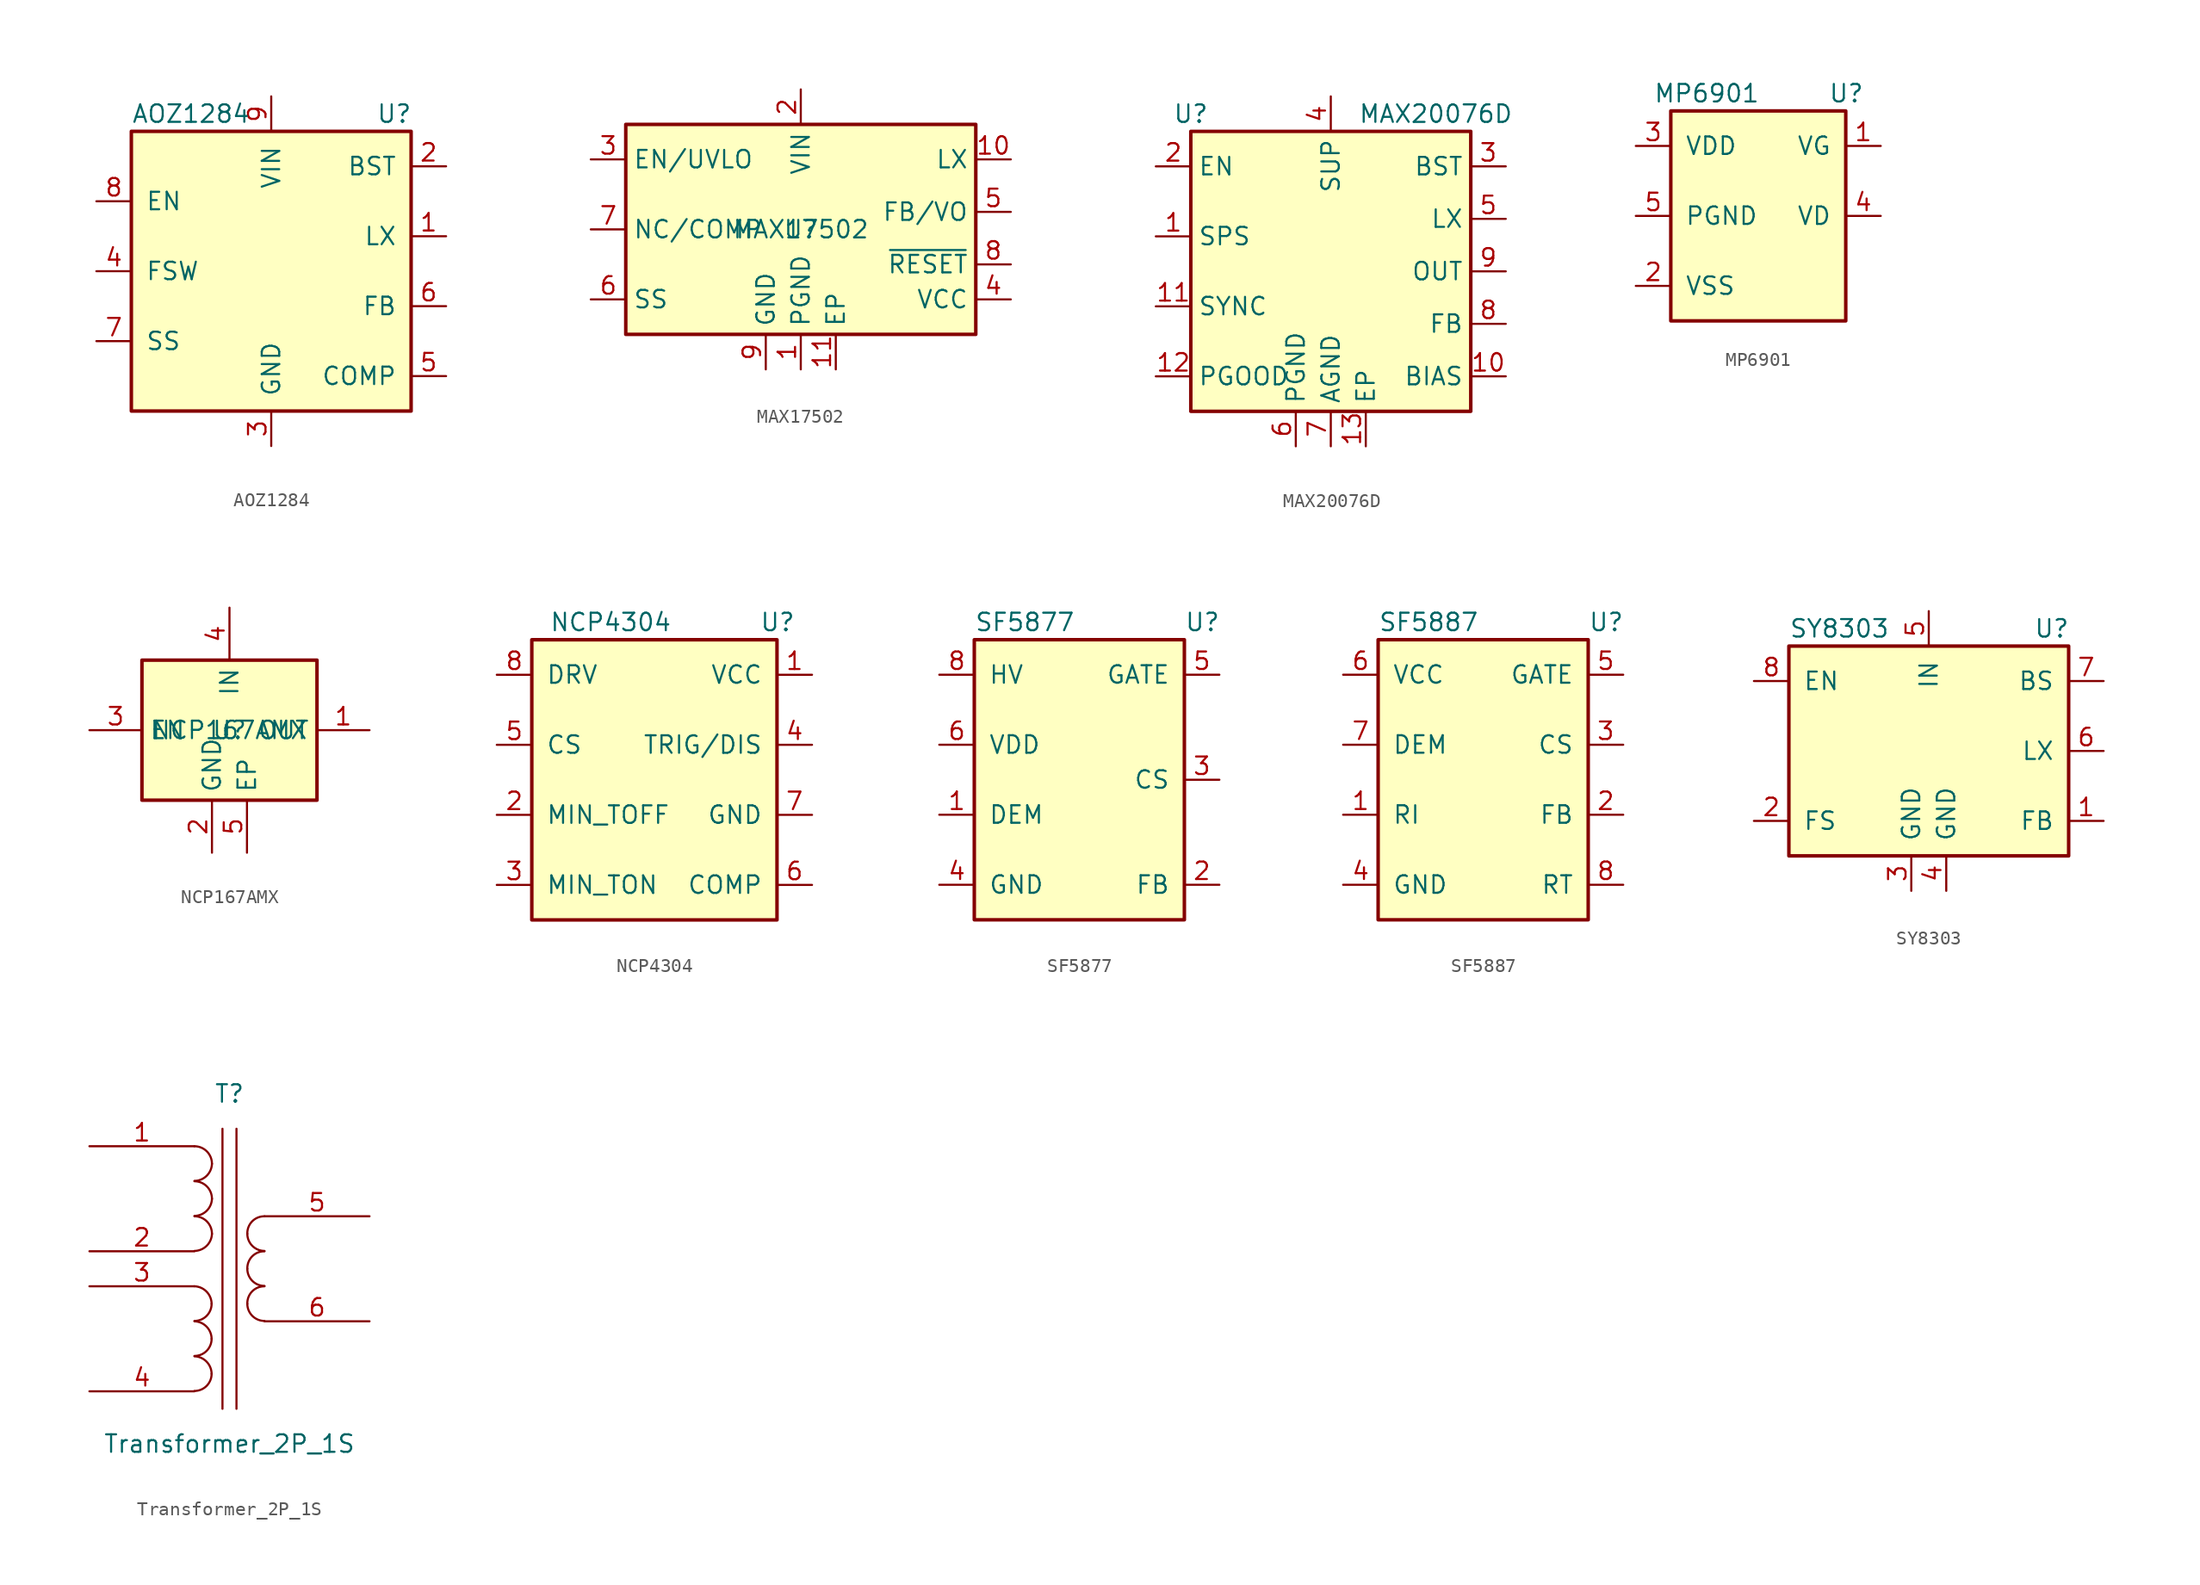
<source format=kicad_sym>
(kicad_symbol_lib
  (version 20211014)
  (generator kicad_symbol_editor)
  (symbol "AOZ1284"
    (pin_names
      (offset 1.016))
    (property "Reference" "U"
      (at 7.62 11.43 0)
      (effects (font (size 1.27 1.27)) (justify left)))
    (property "Value" "AOZ1284"
      (at -10.16 11.43 0)
      (effects (font (size 1.27 1.27)) (justify left)))
    (symbol "AOZ1284_0_1"
      (rectangle (start -10.16 10.16) (end 10.16 -10.16) (stroke (width 0.254) (type default) (color 0 0 0 0)) (fill (type background))))
    (symbol "AOZ1284_1_1"
      (pin output line (at 12.7 2.54 180) (length 2.54) (name "LX" (effects (font (size 1.27 1.27)))) (number "1" (effects (font (size 1.27 1.27)))))
      (pin input line (at 12.7 7.62 180) (length 2.54) (name "BST" (effects (font (size 1.27 1.27)))) (number "2" (effects (font (size 1.27 1.27)))))
      (pin power_in line (at 0 -12.7 90) (length 2.54) (name "GND" (effects (font (size 1.27 1.27)))) (number "3" (effects (font (size 1.27 1.27)))))
      (pin input line (at -12.7 0 0) (length 2.54) (name "FSW" (effects (font (size 1.27 1.27)))) (number "4" (effects (font (size 1.27 1.27)))))
      (pin input line (at 12.7 -7.62 180) (length 2.54) (name "COMP" (effects (font (size 1.27 1.27)))) (number "5" (effects (font (size 1.27 1.27)))))
      (pin input line (at 12.7 -2.54 180) (length 2.54) (name "FB" (effects (font (size 1.27 1.27)))) (number "6" (effects (font (size 1.27 1.27)))))
      (pin input line (at -12.7 -5.08 0) (length 2.54) (name "SS" (effects (font (size 1.27 1.27)))) (number "7" (effects (font (size 1.27 1.27)))))
      (pin input line (at -12.7 5.08 0) (length 2.54) (name "EN" (effects (font (size 1.27 1.27)))) (number "8" (effects (font (size 1.27 1.27)))))
      (pin power_in line (at 0 12.7 270) (length 2.54) (name "VIN" (effects (font (size 1.27 1.27)))) (number "9" (effects (font (size 1.27 1.27)))))))
  (symbol "MAX17502"
    (property "Reference" "U"
      (at 0 0 0)
      (effects (font (size 1.27 1.27))))
    (property "Value" "MAX17502"
      (at 0 0 0)
      (effects (font (size 1.27 1.27))))
    (symbol "MAX17502_0_1"
      (rectangle (start -12.7 7.62) (end 12.7 -7.62) (stroke (width 0.254) (type default) (color 0 0 0 0)) (fill (type background))))
    (symbol "MAX17502_1_1"
      (pin power_in line (at 0 -10.16 90) (length 2.54) (name "PGND" (effects (font (size 1.27 1.27)))) (number "1" (effects (font (size 1.27 1.27)))))
      (pin power_out line (at 15.24 5.08 180) (length 2.54) (name "LX" (effects (font (size 1.27 1.27)))) (number "10" (effects (font (size 1.27 1.27)))))
      (pin power_in line (at 2.54 -10.16 90) (length 2.54) (name "EP" (effects (font (size 1.27 1.27)))) (number "11" (effects (font (size 1.27 1.27)))))
      (pin power_in line (at 0 10.16 270) (length 2.54) (name "VIN" (effects (font (size 1.27 1.27)))) (number "2" (effects (font (size 1.27 1.27)))))
      (pin input line (at -15.24 5.08 0) (length 2.54) (name "EN/UVLO" (effects (font (size 1.27 1.27)))) (number "3" (effects (font (size 1.27 1.27)))))
      (pin power_out line (at 15.24 -5.08 180) (length 2.54) (name "VCC" (effects (font (size 1.27 1.27)))) (number "4" (effects (font (size 1.27 1.27)))))
      (pin input line (at 15.24 1.27 180) (length 2.54) (name "FB/VO" (effects (font (size 1.27 1.27)))) (number "5" (effects (font (size 1.27 1.27)))))
      (pin passive line (at -15.24 -5.08 0) (length 2.54) (name "SS" (effects (font (size 1.27 1.27)))) (number "6" (effects (font (size 1.27 1.27)))))
      (pin passive line (at -15.24 0 0) (length 2.54) (name "NC/COMP" (effects (font (size 1.27 1.27)))) (number "7" (effects (font (size 1.27 1.27)))))
      (pin open_collector line (at 15.24 -2.54 180) (length 2.54) (name "~{RESET}" (effects (font (size 1.27 1.27)))) (number "8" (effects (font (size 1.27 1.27)))))
      (pin power_in line (at -2.54 -10.16 90) (length 2.54) (name "GND" (effects (font (size 1.27 1.27)))) (number "9" (effects (font (size 1.27 1.27)))))))
  (symbol "MAX20076D"
    (property "Reference" "U"
      (at -10.16 11.43 0)
      (effects (font (size 1.27 1.27))))
    (property "Value" "MAX20076D"
      (at 7.62 11.43 0)
      (effects (font (size 1.27 1.27))))
    (symbol "MAX20076D_0_1"
      (rectangle (start -10.16 10.16) (end 10.16 -10.16) (stroke (width 0.254) (type default) (color 0 0 0 0)) (fill (type background))))
    (symbol "MAX20076D_1_1"
      (pin input line (at -12.7 2.54 0) (length 2.54) (name "SPS" (effects (font (size 1.27 1.27)))) (number "1" (effects (font (size 1.27 1.27)))))
      (pin power_out line (at 12.7 -7.62 180) (length 2.54) (name "BIAS" (effects (font (size 1.27 1.27)))) (number "10" (effects (font (size 1.27 1.27)))))
      (pin input line (at -12.7 -2.54 0) (length 2.54) (name "SYNC" (effects (font (size 1.27 1.27)))) (number "11" (effects (font (size 1.27 1.27)))))
      (pin open_collector line (at -12.7 -7.62 0) (length 2.54) (name "PGOOD" (effects (font (size 1.27 1.27)))) (number "12" (effects (font (size 1.27 1.27)))))
      (pin power_in line (at 2.54 -12.7 90) (length 2.54) (name "EP" (effects (font (size 1.27 1.27)))) (number "13" (effects (font (size 1.27 1.27)))))
      (pin input line (at -12.7 7.62 0) (length 2.54) (name "EN" (effects (font (size 1.27 1.27)))) (number "2" (effects (font (size 1.27 1.27)))))
      (pin power_out line (at 12.7 7.62 180) (length 2.54) (name "BST" (effects (font (size 1.27 1.27)))) (number "3" (effects (font (size 1.27 1.27)))))
      (pin power_in line (at 0 12.7 270) (length 2.54) (name "SUP" (effects (font (size 1.27 1.27)))) (number "4" (effects (font (size 1.27 1.27)))))
      (pin power_out line (at 12.7 3.81 180) (length 2.54) (name "LX" (effects (font (size 1.27 1.27)))) (number "5" (effects (font (size 1.27 1.27)))))
      (pin power_in line (at -2.54 -12.7 90) (length 2.54) (name "PGND" (effects (font (size 1.27 1.27)))) (number "6" (effects (font (size 1.27 1.27)))))
      (pin power_in line (at 0 -12.7 90) (length 2.54) (name "AGND" (effects (font (size 1.27 1.27)))) (number "7" (effects (font (size 1.27 1.27)))))
      (pin input line (at 12.7 -3.81 180) (length 2.54) (name "FB" (effects (font (size 1.27 1.27)))) (number "8" (effects (font (size 1.27 1.27)))))
      (pin input line (at 12.7 0 180) (length 2.54) (name "OUT" (effects (font (size 1.27 1.27)))) (number "9" (effects (font (size 1.27 1.27)))))))
  (symbol "MP6901"
    (pin_names
      (offset 1.016))
    (property "Reference" "U"
      (at 5.08 8.89 0)
      (effects (font (size 1.27 1.27)) (justify left)))
    (property "Value" "MP6901"
      (at -7.62 8.89 0)
      (effects (font (size 1.27 1.27)) (justify left)))
    (symbol "MP6901_0_1"
      (rectangle (start -6.35 7.62) (end 6.35 -7.62) (stroke (width 0.254) (type default) (color 0 0 0 0)) (fill (type background))))
    (symbol "MP6901_1_1"
      (pin output line (at 8.89 5.08 180) (length 2.54) (name "VG" (effects (font (size 1.27 1.27)))) (number "1" (effects (font (size 1.27 1.27)))))
      (pin power_in line (at -8.89 -5.08 0) (length 2.54) (name "VSS" (effects (font (size 1.27 1.27)))) (number "2" (effects (font (size 1.27 1.27)))))
      (pin power_in line (at -8.89 5.08 0) (length 2.54) (name "VDD" (effects (font (size 1.27 1.27)))) (number "3" (effects (font (size 1.27 1.27)))))
      (pin input line (at 8.89 0 180) (length 2.54) (name "VD" (effects (font (size 1.27 1.27)))) (number "4" (effects (font (size 1.27 1.27)))))
      (pin input line (at -8.89 0 0) (length 2.54) (name "PGND" (effects (font (size 1.27 1.27)))) (number "5" (effects (font (size 1.27 1.27)))))))
  (symbol "NCP167AMX"
    (property "Reference" "U"
      (at 0 0 0)
      (effects (font (size 1.27 1.27))))
    (property "Value" "NCP167AMX"
      (at 0 0 0)
      (effects (font (size 1.27 1.27))))
    (symbol "NCP167AMX_0_1"
      (rectangle (start -6.35 -5.08) (end 6.35 5.08) (stroke (width 0.254) (type default) (color 0 0 0 0)) (fill (type background)))
      (pin power_out line (at 10.16 0 180) (length 3.81) (name "OUT" (effects (font (size 1.27 1.27)))) (number "1" (effects (font (size 1.27 1.27)))))
      (pin power_in line (at -1.27 -8.89 90) (length 3.81) (name "GND" (effects (font (size 1.27 1.27)))) (number "2" (effects (font (size 1.27 1.27)))))
      (pin input line (at -10.16 0 0) (length 3.81) (name "EN" (effects (font (size 1.27 1.27)))) (number "3" (effects (font (size 1.27 1.27)))))
      (pin power_in line (at 0 8.89 270) (length 3.81) (name "IN" (effects (font (size 1.27 1.27)))) (number "4" (effects (font (size 1.27 1.27)))))
      (pin passive line (at 1.27 -8.89 90) (length 3.81) (name "EP" (effects (font (size 1.27 1.27)))) (number "5" (effects (font (size 1.27 1.27)))))))
  (symbol "NCP4304"
    (pin_names
      (offset 1.016))
    (property "Reference" "U"
      (at 7.62 11.43 0)
      (effects (font (size 1.27 1.27)) (justify left)))
    (property "Value" "NCP4304"
      (at -7.62 11.43 0)
      (effects (font (size 1.27 1.27)) (justify left)))
    (symbol "NCP4304_0_1"
      (rectangle (start -8.89 10.16) (end 8.89 -10.16) (stroke (width 0.254) (type default) (color 0 0 0 0)) (fill (type background))))
    (symbol "NCP4304_1_1"
      (pin power_in line (at 11.43 7.62 180) (length 2.54) (name "VCC" (effects (font (size 1.27 1.27)))) (number "1" (effects (font (size 1.27 1.27)))))
      (pin input line (at -11.43 -2.54 0) (length 2.54) (name "MIN_TOFF" (effects (font (size 1.27 1.27)))) (number "2" (effects (font (size 1.27 1.27)))))
      (pin input line (at -11.43 -7.62 0) (length 2.54) (name "MIN_TON" (effects (font (size 1.27 1.27)))) (number "3" (effects (font (size 1.27 1.27)))))
      (pin input line (at 11.43 2.54 180) (length 2.54) (name "TRIG/DIS" (effects (font (size 1.27 1.27)))) (number "4" (effects (font (size 1.27 1.27)))))
      (pin input line (at -11.43 2.54 0) (length 2.54) (name "CS" (effects (font (size 1.27 1.27)))) (number "5" (effects (font (size 1.27 1.27)))))
      (pin input line (at 11.43 -7.62 180) (length 2.54) (name "COMP" (effects (font (size 1.27 1.27)))) (number "6" (effects (font (size 1.27 1.27)))))
      (pin power_in line (at 11.43 -2.54 180) (length 2.54) (name "GND" (effects (font (size 1.27 1.27)))) (number "7" (effects (font (size 1.27 1.27)))))
      (pin output line (at -11.43 7.62 0) (length 2.54) (name "DRV" (effects (font (size 1.27 1.27)))) (number "8" (effects (font (size 1.27 1.27)))))))
  (symbol "SF5877"
    (pin_names
      (offset 1.016))
    (property "Reference" "U"
      (at 7.62 11.43 0)
      (effects (font (size 1.27 1.27)) (justify left)))
    (property "Value" "SF5877"
      (at -7.62 11.43 0)
      (effects (font (size 1.27 1.27)) (justify left)))
    (symbol "SF5877_0_1"
      (rectangle (start -7.62 10.16) (end 7.62 -10.16) (stroke (width 0.254) (type default) (color 0 0 0 0)) (fill (type background))))
    (symbol "SF5877_1_1"
      (pin input line (at -10.16 -2.54 0) (length 2.54) (name "DEM" (effects (font (size 1.27 1.27)))) (number "1" (effects (font (size 1.27 1.27)))))
      (pin input line (at 10.16 -7.62 180) (length 2.54) (name "FB" (effects (font (size 1.27 1.27)))) (number "2" (effects (font (size 1.27 1.27)))))
      (pin input line (at 10.16 0 180) (length 2.54) (name "CS" (effects (font (size 1.27 1.27)))) (number "3" (effects (font (size 1.27 1.27)))))
      (pin power_in line (at -10.16 -7.62 0) (length 2.54) (name "GND" (effects (font (size 1.27 1.27)))) (number "4" (effects (font (size 1.27 1.27)))))
      (pin output line (at 10.16 7.62 180) (length 2.54) (name "GATE" (effects (font (size 1.27 1.27)))) (number "5" (effects (font (size 1.27 1.27)))))
      (pin power_in line (at -10.16 2.54 0) (length 2.54) (name "VDD" (effects (font (size 1.27 1.27)))) (number "6" (effects (font (size 1.27 1.27)))))
      (pin no_connect line (at 10.16 -3.81 180) (length 2.54) hide (name "NC" (effects (font (size 1.27 1.27)))) (number "7" (effects (font (size 1.27 1.27)))))
      (pin input line (at -10.16 7.62 0) (length 2.54) (name "HV" (effects (font (size 1.27 1.27)))) (number "8" (effects (font (size 1.27 1.27)))))))
  (symbol "SF5887"
    (pin_names
      (offset 1.016))
    (property "Reference" "U"
      (at 7.62 11.43 0)
      (effects (font (size 1.27 1.27)) (justify left)))
    (property "Value" "SF5887"
      (at -7.62 11.43 0)
      (effects (font (size 1.27 1.27)) (justify left)))
    (symbol "SF5887_0_1"
      (rectangle (start -7.62 10.16) (end 7.62 -10.16) (stroke (width 0.254) (type default) (color 0 0 0 0)) (fill (type background))))
    (symbol "SF5887_1_1"
      (pin input line (at -10.16 -2.54 0) (length 2.54) (name "RI" (effects (font (size 1.27 1.27)))) (number "1" (effects (font (size 1.27 1.27)))))
      (pin input line (at 10.16 -2.54 180) (length 2.54) (name "FB" (effects (font (size 1.27 1.27)))) (number "2" (effects (font (size 1.27 1.27)))))
      (pin input line (at 10.16 2.54 180) (length 2.54) (name "CS" (effects (font (size 1.27 1.27)))) (number "3" (effects (font (size 1.27 1.27)))))
      (pin power_in line (at -10.16 -7.62 0) (length 2.54) (name "GND" (effects (font (size 1.27 1.27)))) (number "4" (effects (font (size 1.27 1.27)))))
      (pin output line (at 10.16 7.62 180) (length 2.54) (name "GATE" (effects (font (size 1.27 1.27)))) (number "5" (effects (font (size 1.27 1.27)))))
      (pin power_in line (at -10.16 7.62 0) (length 2.54) (name "VCC" (effects (font (size 1.27 1.27)))) (number "6" (effects (font (size 1.27 1.27)))))
      (pin input line (at -10.16 2.54 0) (length 2.54) (name "DEM" (effects (font (size 1.27 1.27)))) (number "7" (effects (font (size 1.27 1.27)))))
      (pin input line (at 10.16 -7.62 180) (length 2.54) (name "RT" (effects (font (size 1.27 1.27)))) (number "8" (effects (font (size 1.27 1.27)))))))
  (symbol "SY8303"
    (pin_names
      (offset 1.016))
    (property "Reference" "U"
      (at 7.62 8.89 0)
      (effects (font (size 1.27 1.27)) (justify left)))
    (property "Value" "SY8303"
      (at -10.16 8.89 0)
      (effects (font (size 1.27 1.27)) (justify left)))
    (symbol "SY8303_0_1"
      (rectangle (start -10.16 7.62) (end 10.16 -7.62) (stroke (width 0.254) (type default) (color 0 0 0 0)) (fill (type background))))
    (symbol "SY8303_1_1"
      (pin input line (at 12.7 -5.08 180) (length 2.54) (name "FB" (effects (font (size 1.27 1.27)))) (number "1" (effects (font (size 1.27 1.27)))))
      (pin input line (at -12.7 -5.08 0) (length 2.54) (name "FS" (effects (font (size 1.27 1.27)))) (number "2" (effects (font (size 1.27 1.27)))))
      (pin power_in line (at -1.27 -10.16 90) (length 2.54) (name "GND" (effects (font (size 1.27 1.27)))) (number "3" (effects (font (size 1.27 1.27)))))
      (pin power_in line (at 1.27 -10.16 90) (length 2.54) (name "GND" (effects (font (size 1.27 1.27)))) (number "4" (effects (font (size 1.27 1.27)))))
      (pin power_in line (at 0 10.16 270) (length 2.54) (name "IN" (effects (font (size 1.27 1.27)))) (number "5" (effects (font (size 1.27 1.27)))))
      (pin output line (at 12.7 0 180) (length 2.54) (name "LX" (effects (font (size 1.27 1.27)))) (number "6" (effects (font (size 1.27 1.27)))))
      (pin input line (at 12.7 5.08 180) (length 2.54) (name "BS" (effects (font (size 1.27 1.27)))) (number "7" (effects (font (size 1.27 1.27)))))
      (pin input line (at -12.7 5.08 0) (length 2.54) (name "EN" (effects (font (size 1.27 1.27)))) (number "8" (effects (font (size 1.27 1.27)))))))
  (symbol "Transformer_2P_1S"
    (pin_names
      (offset 1.016) hide)
    (property "Reference" "T"
      (at 0 12.7 0)
      (effects (font (size 1.27 1.27))))
    (property "Value" "Transformer_2P_1S"
      (at 0 -12.7 0)
      (effects (font (size 1.27 1.27))))
    (symbol "Transformer_2P_1S_0_1"
      (arc (start -2.54 -8.8646) (mid -1.6599 -8.5001) (end -1.2954 -7.62) (stroke (width 0) (type default) (color 0 0 0 0)) (fill (type none)))
      (arc (start -2.54 -6.3246) (mid -1.6599 -5.9601) (end -1.2954 -5.08) (stroke (width 0) (type default) (color 0 0 0 0)) (fill (type none)))
      (arc (start -2.54 -3.7846) (mid -1.6599 -3.4201) (end -1.2954 -2.54) (stroke (width 0) (type default) (color 0 0 0 0)) (fill (type none)))
      (arc (start -2.54 1.2954) (mid -1.6599 1.6599) (end -1.27 2.54) (stroke (width 0) (type default) (color 0 0 0 0)) (fill (type none)))
      (arc (start -2.54 3.8354) (mid -1.6599 4.1999) (end -1.27 5.08) (stroke (width 0) (type default) (color 0 0 0 0)) (fill (type none)))
      (arc (start -2.54 6.3754) (mid -1.6599 6.7399) (end -1.27 7.62) (stroke (width 0) (type default) (color 0 0 0 0)) (fill (type none)))
      (arc (start -1.2954 -7.62) (mid -1.6599 -6.7399) (end -2.54 -6.35) (stroke (width 0) (type default) (color 0 0 0 0)) (fill (type none)))
      (arc (start -1.2954 -5.08) (mid -1.6599 -4.1999) (end -2.54 -3.81) (stroke (width 0) (type default) (color 0 0 0 0)) (fill (type none)))
      (arc (start -1.2954 -2.54) (mid -1.6599 -1.6599) (end -2.54 -1.27) (stroke (width 0) (type default) (color 0 0 0 0)) (fill (type none)))
      (arc (start -1.27 2.54) (mid -1.642 3.438) (end -2.54 3.81) (stroke (width 0) (type default) (color 0 0 0 0)) (fill (type none)))
      (arc (start -1.27 5.08) (mid -1.642 5.978) (end -2.54 6.35) (stroke (width 0) (type default) (color 0 0 0 0)) (fill (type none)))
      (arc (start -1.27 7.62) (mid -1.642 8.518) (end -2.54 8.89) (stroke (width 0) (type default) (color 0 0 0 0)) (fill (type none)))
      (polyline (pts (xy -0.508 -10.16) (xy -0.508 10.16)) (stroke (width 0) (type default) (color 0 0 0 0)) (fill (type none)))
      (polyline (pts (xy 0.508 10.16) (xy 0.508 -10.16)) (stroke (width 0) (type default) (color 0 0 0 0)) (fill (type none)))
      (arc (start 1.2954 -2.54) (mid 1.6599 -3.4201) (end 2.54 -3.7846) (stroke (width 0) (type default) (color 0 0 0 0)) (fill (type none)))
      (arc (start 1.2954 0) (mid 1.6599 -0.8801) (end 2.54 -1.2446) (stroke (width 0) (type default) (color 0 0 0 0)) (fill (type none)))
      (arc (start 1.2954 2.54) (mid 1.6599 1.6599) (end 2.54 1.2954) (stroke (width 0) (type default) (color 0 0 0 0)) (fill (type none)))
      (arc (start 2.54 -1.27) (mid 1.642 -1.642) (end 1.2954 -2.54) (stroke (width 0) (type default) (color 0 0 0 0)) (fill (type none)))
      (arc (start 2.54 1.27) (mid 1.642 0.898) (end 1.2954 0) (stroke (width 0) (type default) (color 0 0 0 0)) (fill (type none)))
      (arc (start 2.54 3.81) (mid 1.642 3.438) (end 1.2954 2.54) (stroke (width 0) (type default) (color 0 0 0 0)) (fill (type none))))
    (symbol "Transformer_2P_1S_1_1"
      (pin passive line (at -10.16 8.89 0) (length 7.62) (name "AA" (effects (font (size 1.27 1.27)))) (number "1" (effects (font (size 1.27 1.27)))))
      (pin passive line (at -10.16 1.27 0) (length 7.62) (name "AB" (effects (font (size 1.27 1.27)))) (number "2" (effects (font (size 1.27 1.27)))))
      (pin passive line (at -10.16 -1.27 0) (length 7.62) (name "SA" (effects (font (size 1.27 1.27)))) (number "3" (effects (font (size 1.27 1.27)))))
      (pin passive line (at -10.16 -8.89 0) (length 7.62) (name "SB" (effects (font (size 1.27 1.27)))) (number "4" (effects (font (size 1.27 1.27)))))
      (pin passive line (at 10.16 3.81 180) (length 7.62) (name "SC" (effects (font (size 1.27 1.27)))) (number "5" (effects (font (size 1.27 1.27)))))
      (pin passive line (at 10.16 -3.81 180) (length 7.62) (name "SD" (effects (font (size 1.27 1.27)))) (number "6" (effects (font (size 1.27 1.27))))))))
</source>
